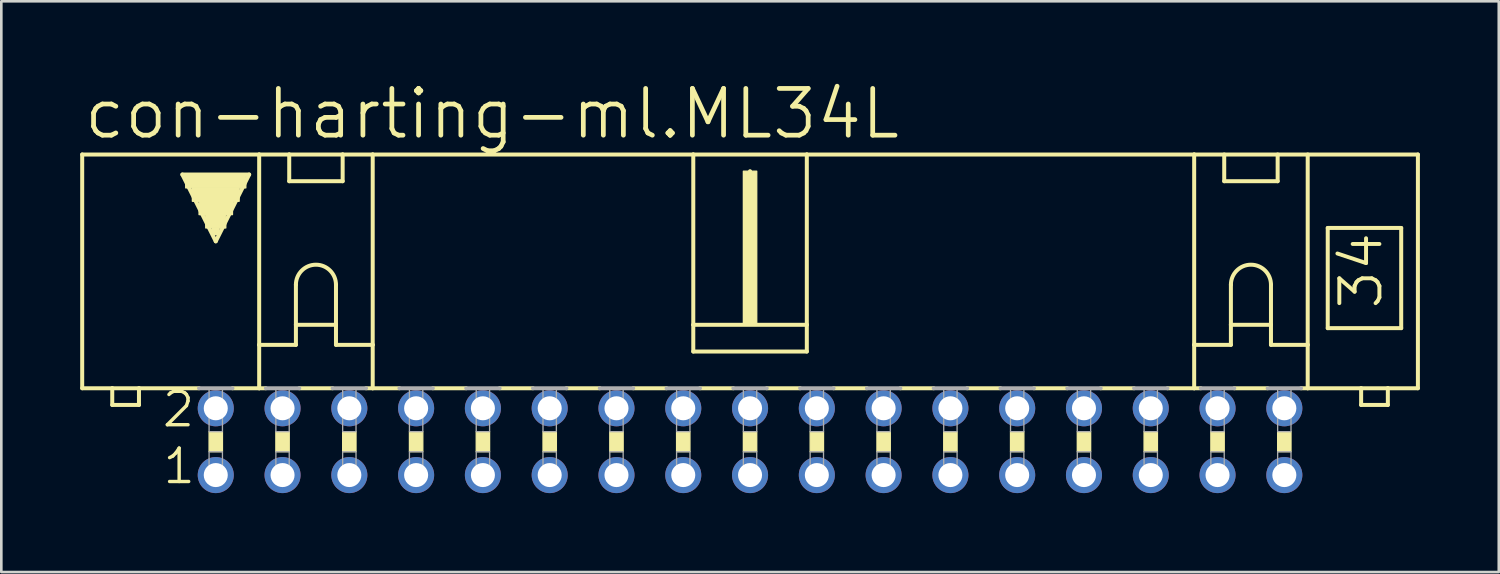
<source format=kicad_pcb>
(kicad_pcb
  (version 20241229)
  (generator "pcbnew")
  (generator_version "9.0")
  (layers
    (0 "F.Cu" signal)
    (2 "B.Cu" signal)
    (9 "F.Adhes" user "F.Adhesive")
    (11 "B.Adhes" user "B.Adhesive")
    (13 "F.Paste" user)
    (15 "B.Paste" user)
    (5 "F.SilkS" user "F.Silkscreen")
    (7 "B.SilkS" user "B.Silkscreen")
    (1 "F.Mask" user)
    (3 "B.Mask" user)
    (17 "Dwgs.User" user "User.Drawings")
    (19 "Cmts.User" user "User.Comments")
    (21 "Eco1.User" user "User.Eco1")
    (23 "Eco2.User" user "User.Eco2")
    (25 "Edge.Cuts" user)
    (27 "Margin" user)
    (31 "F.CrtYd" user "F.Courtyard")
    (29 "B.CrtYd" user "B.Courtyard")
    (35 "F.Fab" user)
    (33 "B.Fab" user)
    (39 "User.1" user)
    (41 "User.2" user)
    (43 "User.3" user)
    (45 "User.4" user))
  (footprint "con-harting-ml.ML34L"
    (layer "F.Cu")
    (at 25.476 13.748)
    (property "Reference" "con-harting-ml.ML34L" (at -25.425 -11.43 0) (layer "F.SilkS") (effects (font (size 1.778 1.778) (thickness 0.18)) (justify left bottom)))
    (attr through_hole)
    (fp_line (start -25.4 -2.032) (end -25.4 -10.922) (stroke (width 0.152) (type default)) (layer "F.SilkS"))
    (fp_line (start -25.4 -2.032) (end -24.257 -2.032) (stroke (width 0.152) (type default)) (layer "F.SilkS"))
    (fp_line (start -24.257 -2.032) (end -24.257 -1.397) (stroke (width 0.152) (type default)) (layer "F.SilkS"))
    (fp_line (start -24.257 -2.032) (end -23.241 -2.032) (stroke (width 0.152) (type default)) (layer "F.SilkS"))
    (fp_line (start -23.241 -2.032) (end -20.955 -2.032) (stroke (width 0.152) (type default)) (layer "F.SilkS"))
    (fp_line (start -23.241 -1.397) (end -24.257 -1.397) (stroke (width 0.152) (type default)) (layer "F.SilkS"))
    (fp_line (start -23.241 -1.397) (end -23.241 -2.032) (stroke (width 0.152) (type default)) (layer "F.SilkS"))
    (fp_line (start -21.59 -10.16) (end -19.05 -10.16) (stroke (width 0.152) (type default)) (layer "F.SilkS"))
    (fp_line (start -20.32 -7.62) (end -21.59 -10.16) (stroke (width 0.152) (type default)) (layer "F.SilkS"))
    (fp_line (start -19.685 -2.032) (end -18.669 -2.032) (stroke (width 0.152) (type default)) (layer "F.SilkS"))
    (fp_line (start -19.05 -10.16) (end -20.32 -7.62) (stroke (width 0.152) (type default)) (layer "F.SilkS"))
    (fp_line (start -18.669 -10.922) (end -25.4 -10.922) (stroke (width 0.152) (type default)) (layer "F.SilkS"))
    (fp_line (start -18.669 -10.922) (end -17.526 -10.922) (stroke (width 0.152) (type default)) (layer "F.SilkS"))
    (fp_line (start -18.669 -3.683) (end -18.669 -10.922) (stroke (width 0.152) (type default)) (layer "F.SilkS"))
    (fp_line (start -18.669 -3.683) (end -18.669 -2.032) (stroke (width 0.152) (type default)) (layer "F.SilkS"))
    (fp_line (start -18.669 -3.683) (end -17.272 -3.683) (stroke (width 0.152) (type default)) (layer "F.SilkS"))
    (fp_line (start -18.669 -2.032) (end -18.415 -2.032) (stroke (width 0.152) (type default)) (layer "F.SilkS"))
    (fp_line (start -17.526 -10.922) (end -15.494 -10.922) (stroke (width 0.152) (type default)) (layer "F.SilkS"))
    (fp_line (start -17.526 -9.906) (end -17.526 -10.922) (stroke (width 0.152) (type default)) (layer "F.SilkS"))
    (fp_line (start -17.526 -9.906) (end -15.494 -9.906) (stroke (width 0.152) (type default)) (layer "F.SilkS"))
    (fp_line (start -17.272 -5.969) (end -17.272 -4.445) (stroke (width 0.152) (type default)) (layer "F.SilkS"))
    (fp_line (start -17.272 -4.445) (end -17.272 -3.683) (stroke (width 0.152) (type default)) (layer "F.SilkS"))
    (fp_line (start -17.272 -4.445) (end -15.748 -4.445) (stroke (width 0.152) (type default)) (layer "F.SilkS"))
    (fp_line (start -17.145 -2.032) (end -15.875 -2.032) (stroke (width 0.152) (type default)) (layer "F.SilkS"))
    (fp_line (start -15.748 -5.969) (end -15.748 -4.445) (stroke (width 0.152) (type default)) (layer "F.SilkS"))
    (fp_line (start -15.748 -4.445) (end -15.748 -3.683) (stroke (width 0.152) (type default)) (layer "F.SilkS"))
    (fp_line (start -15.748 -3.683) (end -14.351 -3.683) (stroke (width 0.152) (type default)) (layer "F.SilkS"))
    (fp_line (start -15.494 -10.922) (end -15.494 -9.906) (stroke (width 0.152) (type default)) (layer "F.SilkS"))
    (fp_line (start -15.494 -10.922) (end -14.351 -10.922) (stroke (width 0.152) (type default)) (layer "F.SilkS"))
    (fp_line (start -14.351 -10.922) (end -2.159 -10.922) (stroke (width 0.152) (type default)) (layer "F.SilkS"))
    (fp_line (start -14.351 -3.683) (end -14.351 -10.922) (stroke (width 0.152) (type default)) (layer "F.SilkS"))
    (fp_line (start -14.351 -3.683) (end -14.351 -2.032) (stroke (width 0.152) (type default)) (layer "F.SilkS"))
    (fp_line (start -14.351 -2.032) (end -14.605 -2.032) (stroke (width 0.152) (type default)) (layer "F.SilkS"))
    (fp_line (start -14.351 -2.032) (end -13.335 -2.032) (stroke (width 0.152) (type default)) (layer "F.SilkS"))
    (fp_line (start -12.065 -2.032) (end -10.795 -2.032) (stroke (width 0.152) (type default)) (layer "F.SilkS"))
    (fp_line (start -9.525 -2.032) (end -8.255 -2.032) (stroke (width 0.152) (type default)) (layer "F.SilkS"))
    (fp_line (start -6.985 -2.032) (end -5.715 -2.032) (stroke (width 0.152) (type default)) (layer "F.SilkS"))
    (fp_line (start -4.445 -2.032) (end -3.175 -2.032) (stroke (width 0.152) (type default)) (layer "F.SilkS"))
    (fp_line (start -2.159 -10.922) (end -2.159 -4.445) (stroke (width 0.152) (type default)) (layer "F.SilkS"))
    (fp_line (start -2.159 -10.922) (end 2.159 -10.922) (stroke (width 0.152) (type default)) (layer "F.SilkS"))
    (fp_line (start -2.159 -4.445) (end -2.159 -3.429) (stroke (width 0.152) (type default)) (layer "F.SilkS"))
    (fp_line (start -1.905 -2.032) (end -0.635 -2.032) (stroke (width 0.152) (type default)) (layer "F.SilkS"))
    (fp_line (start 0 -10.033) (end 0 -10.287) (stroke (width 0.152) (type default)) (layer "F.SilkS"))
    (fp_line (start 0.635 -2.032) (end 1.905 -2.032) (stroke (width 0.152) (type default)) (layer "F.SilkS"))
    (fp_line (start 2.159 -10.922) (end 2.159 -4.445) (stroke (width 0.152) (type default)) (layer "F.SilkS"))
    (fp_line (start 2.159 -10.922) (end 16.891 -10.922) (stroke (width 0.152) (type default)) (layer "F.SilkS"))
    (fp_line (start 2.159 -4.445) (end -2.159 -4.445) (stroke (width 0.152) (type default)) (layer "F.SilkS"))
    (fp_line (start 2.159 -4.445) (end 2.159 -3.429) (stroke (width 0.152) (type default)) (layer "F.SilkS"))
    (fp_line (start 2.159 -3.429) (end -2.159 -3.429) (stroke (width 0.152) (type default)) (layer "F.SilkS"))
    (fp_line (start 3.175 -2.032) (end 4.445 -2.032) (stroke (width 0.152) (type default)) (layer "F.SilkS"))
    (fp_line (start 5.715 -2.032) (end 6.985 -2.032) (stroke (width 0.152) (type default)) (layer "F.SilkS"))
    (fp_line (start 8.255 -2.032) (end 9.525 -2.032) (stroke (width 0.152) (type default)) (layer "F.SilkS"))
    (fp_line (start 10.795 -2.032) (end 12.065 -2.032) (stroke (width 0.152) (type default)) (layer "F.SilkS"))
    (fp_line (start 13.335 -2.032) (end 14.605 -2.032) (stroke (width 0.152) (type default)) (layer "F.SilkS"))
    (fp_line (start 15.875 -2.032) (end 16.891 -2.032) (stroke (width 0.152) (type default)) (layer "F.SilkS"))
    (fp_line (start 16.891 -10.922) (end 25.4 -10.922) (stroke (width 0.152) (type default)) (layer "F.SilkS"))
    (fp_line (start 16.891 -3.683) (end 16.891 -10.922) (stroke (width 0.152) (type default)) (layer "F.SilkS"))
    (fp_line (start 16.891 -3.683) (end 16.891 -2.032) (stroke (width 0.152) (type default)) (layer "F.SilkS"))
    (fp_line (start 16.891 -3.683) (end 18.288 -3.683) (stroke (width 0.152) (type default)) (layer "F.SilkS"))
    (fp_line (start 16.891 -2.032) (end 17.145 -2.032) (stroke (width 0.152) (type default)) (layer "F.SilkS"))
    (fp_line (start 18.034 -9.906) (end 18.034 -10.922) (stroke (width 0.152) (type default)) (layer "F.SilkS"))
    (fp_line (start 18.034 -9.906) (end 20.066 -9.906) (stroke (width 0.152) (type default)) (layer "F.SilkS"))
    (fp_line (start 18.288 -5.969) (end 18.288 -4.445) (stroke (width 0.152) (type default)) (layer "F.SilkS"))
    (fp_line (start 18.288 -4.445) (end 18.288 -3.683) (stroke (width 0.152) (type default)) (layer "F.SilkS"))
    (fp_line (start 18.288 -4.445) (end 19.812 -4.445) (stroke (width 0.152) (type default)) (layer "F.SilkS"))
    (fp_line (start 18.415 -2.032) (end 19.685 -2.032) (stroke (width 0.152) (type default)) (layer "F.SilkS"))
    (fp_line (start 19.812 -5.969) (end 19.812 -4.445) (stroke (width 0.152) (type default)) (layer "F.SilkS"))
    (fp_line (start 19.812 -4.445) (end 19.812 -3.683) (stroke (width 0.152) (type default)) (layer "F.SilkS"))
    (fp_line (start 19.812 -3.683) (end 21.209 -3.683) (stroke (width 0.152) (type default)) (layer "F.SilkS"))
    (fp_line (start 20.066 -10.922) (end 20.066 -9.906) (stroke (width 0.152) (type default)) (layer "F.SilkS"))
    (fp_line (start 21.209 -3.683) (end 21.209 -10.922) (stroke (width 0.152) (type default)) (layer "F.SilkS"))
    (fp_line (start 21.209 -3.683) (end 21.209 -2.032) (stroke (width 0.152) (type default)) (layer "F.SilkS"))
    (fp_line (start 21.209 -2.032) (end 20.955 -2.032) (stroke (width 0.152) (type default)) (layer "F.SilkS"))
    (fp_line (start 21.971 -8.128) (end 21.971 -4.318) (stroke (width 0.152) (type default)) (layer "F.SilkS"))
    (fp_line (start 21.971 -8.128) (end 24.765 -8.128) (stroke (width 0.152) (type default)) (layer "F.SilkS"))
    (fp_line (start 21.971 -4.318) (end 24.765 -4.318) (stroke (width 0.152) (type default)) (layer "F.SilkS"))
    (fp_line (start 23.241 -2.032) (end 21.209 -2.032) (stroke (width 0.152) (type default)) (layer "F.SilkS"))
    (fp_line (start 23.241 -2.032) (end 23.241 -1.397) (stroke (width 0.152) (type default)) (layer "F.SilkS"))
    (fp_line (start 24.257 -2.032) (end 23.241 -2.032) (stroke (width 0.152) (type default)) (layer "F.SilkS"))
    (fp_line (start 24.257 -1.397) (end 23.241 -1.397) (stroke (width 0.152) (type default)) (layer "F.SilkS"))
    (fp_line (start 24.257 -1.397) (end 24.257 -2.032) (stroke (width 0.152) (type default)) (layer "F.SilkS"))
    (fp_line (start 24.765 -4.318) (end 24.765 -8.128) (stroke (width 0.152) (type default)) (layer "F.SilkS"))
    (fp_line (start 25.4 -2.032) (end 24.257 -2.032) (stroke (width 0.152) (type default)) (layer "F.SilkS"))
    (fp_line (start 25.4 -2.032) (end 25.4 -10.922) (stroke (width 0.152) (type default)) (layer "F.SilkS"))
    (fp_rect (start -21.463 -9.652) (end -19.177 -10.16) (stroke (width 0.05) (type default)) (fill yes) (layer "F.SilkS"))
    (fp_rect (start -21.209 -9.144) (end -19.431 -9.652) (stroke (width 0.05) (type default)) (fill yes) (layer "F.SilkS"))
    (fp_rect (start -20.955 -8.636) (end -19.685 -9.144) (stroke (width 0.05) (type default)) (fill yes) (layer "F.SilkS"))
    (fp_rect (start -20.701 -8.128) (end -19.939 -8.636) (stroke (width 0.05) (type default)) (fill yes) (layer "F.SilkS"))
    (fp_rect (start -20.574 0.381) (end -20.066 -0.381) (stroke (width 0.05) (type default)) (fill yes) (layer "F.SilkS"))
    (fp_rect (start -20.447 -7.874) (end -20.193 -8.128) (stroke (width 0.05) (type default)) (fill yes) (layer "F.SilkS"))
    (fp_rect (start -18.034 0.381) (end -17.526 -0.381) (stroke (width 0.05) (type default)) (fill yes) (layer "F.SilkS"))
    (fp_rect (start -15.494 0.381) (end -14.986 -0.381) (stroke (width 0.05) (type default)) (fill yes) (layer "F.SilkS"))
    (fp_rect (start -12.954 0.381) (end -12.446 -0.381) (stroke (width 0.05) (type default)) (fill yes) (layer "F.SilkS"))
    (fp_rect (start -10.414 0.381) (end -9.906 -0.381) (stroke (width 0.05) (type default)) (fill yes) (layer "F.SilkS"))
    (fp_rect (start -7.874 0.381) (end -7.366 -0.381) (stroke (width 0.05) (type default)) (fill yes) (layer "F.SilkS"))
    (fp_rect (start -5.334 0.381) (end -4.826 -0.381) (stroke (width 0.05) (type default)) (fill yes) (layer "F.SilkS"))
    (fp_rect (start -2.794 0.381) (end -2.286 -0.381) (stroke (width 0.05) (type default)) (fill yes) (layer "F.SilkS"))
    (fp_rect (start -0.254 -4.445) (end 0.254 -10.287) (stroke (width 0.05) (type default)) (fill yes) (layer "F.SilkS"))
    (fp_rect (start -0.254 0.381) (end 0.254 -0.381) (stroke (width 0.05) (type default)) (fill yes) (layer "F.SilkS"))
    (fp_rect (start 2.286 0.381) (end 2.794 -0.381) (stroke (width 0.05) (type default)) (fill yes) (layer "F.SilkS"))
    (fp_rect (start 4.826 0.381) (end 5.334 -0.381) (stroke (width 0.05) (type default)) (fill yes) (layer "F.SilkS"))
    (fp_rect (start 7.366 0.381) (end 7.874 -0.381) (stroke (width 0.05) (type default)) (fill yes) (layer "F.SilkS"))
    (fp_rect (start 9.906 0.381) (end 10.414 -0.381) (stroke (width 0.05) (type default)) (fill yes) (layer "F.SilkS"))
    (fp_rect (start 12.446 0.381) (end 12.954 -0.381) (stroke (width 0.05) (type default)) (fill yes) (layer "F.SilkS"))
    (fp_rect (start 14.986 0.381) (end 15.494 -0.381) (stroke (width 0.05) (type default)) (fill yes) (layer "F.SilkS"))
    (fp_rect (start 17.526 0.381) (end 18.034 -0.381) (stroke (width 0.05) (type default)) (fill yes) (layer "F.SilkS"))
    (fp_rect (start 20.066 0.381) (end 20.574 -0.381) (stroke (width 0.05) (type default)) (fill yes) (layer "F.SilkS"))
    (fp_arc (start -17.272 -5.969) (mid -16.51 -6.731) (end -15.748 -5.969) (stroke (width 0.1524) (type default)) (layer "F.SilkS"))
    (fp_arc (start 18.288 -5.969) (mid 19.05 -6.731) (end 19.812 -5.969) (stroke (width 0.1524) (type default)) (layer "F.SilkS"))
    (fp_line (start -20.955 -2.032) (end -19.685 -2.032) (stroke (width 0.152) (type default)) (layer "F.Fab"))
    (fp_line (start -18.415 -2.032) (end -17.145 -2.032) (stroke (width 0.152) (type default)) (layer "F.Fab"))
    (fp_line (start -15.875 -2.032) (end -14.605 -2.032) (stroke (width 0.152) (type default)) (layer "F.Fab"))
    (fp_line (start -13.335 -2.032) (end -12.065 -2.032) (stroke (width 0.152) (type default)) (layer "F.Fab"))
    (fp_line (start -10.795 -2.032) (end -9.525 -2.032) (stroke (width 0.152) (type default)) (layer "F.Fab"))
    (fp_line (start -8.255 -2.032) (end -6.985 -2.032) (stroke (width 0.152) (type default)) (layer "F.Fab"))
    (fp_line (start -5.715 -2.032) (end -4.445 -2.032) (stroke (width 0.152) (type default)) (layer "F.Fab"))
    (fp_line (start -3.175 -2.032) (end -1.905 -2.032) (stroke (width 0.152) (type default)) (layer "F.Fab"))
    (fp_line (start -0.635 -2.032) (end 0.635 -2.032) (stroke (width 0.152) (type default)) (layer "F.Fab"))
    (fp_line (start 1.905 -2.032) (end 3.175 -2.032) (stroke (width 0.152) (type default)) (layer "F.Fab"))
    (fp_line (start 4.445 -2.032) (end 5.715 -2.032) (stroke (width 0.152) (type default)) (layer "F.Fab"))
    (fp_line (start 6.985 -2.032) (end 8.255 -2.032) (stroke (width 0.152) (type default)) (layer "F.Fab"))
    (fp_line (start 9.525 -2.032) (end 10.795 -2.032) (stroke (width 0.152) (type default)) (layer "F.Fab"))
    (fp_line (start 12.065 -2.032) (end 13.335 -2.032) (stroke (width 0.152) (type default)) (layer "F.Fab"))
    (fp_line (start 15.875 -2.032) (end 14.605 -2.032) (stroke (width 0.152) (type default)) (layer "F.Fab"))
    (fp_line (start 18.415 -2.032) (end 17.145 -2.032) (stroke (width 0.152) (type default)) (layer "F.Fab"))
    (fp_line (start 20.955 -2.032) (end 19.685 -2.032) (stroke (width 0.152) (type default)) (layer "F.Fab"))
    (fp_rect (start -20.574 -0.381) (end -20.066 -2.032) (stroke (width 0.05) (type default)) (fill no) (layer "F.Fab"))
    (fp_rect (start -20.574 1.524) (end -20.066 0.381) (stroke (width 0.05) (type default)) (fill no) (layer "F.Fab"))
    (fp_rect (start -18.034 -0.381) (end -17.526 -2.032) (stroke (width 0.05) (type default)) (fill no) (layer "F.Fab"))
    (fp_rect (start -18.034 1.524) (end -17.526 0.381) (stroke (width 0.05) (type default)) (fill no) (layer "F.Fab"))
    (fp_rect (start -15.494 -0.381) (end -14.986 -2.032) (stroke (width 0.05) (type default)) (fill no) (layer "F.Fab"))
    (fp_rect (start -15.494 1.524) (end -14.986 0.381) (stroke (width 0.05) (type default)) (fill no) (layer "F.Fab"))
    (fp_rect (start -12.954 -0.381) (end -12.446 -2.032) (stroke (width 0.05) (type default)) (fill no) (layer "F.Fab"))
    (fp_rect (start -12.954 1.524) (end -12.446 0.381) (stroke (width 0.05) (type default)) (fill no) (layer "F.Fab"))
    (fp_rect (start -10.414 -0.381) (end -9.906 -2.032) (stroke (width 0.05) (type default)) (fill no) (layer "F.Fab"))
    (fp_rect (start -10.414 1.524) (end -9.906 0.381) (stroke (width 0.05) (type default)) (fill no) (layer "F.Fab"))
    (fp_rect (start -7.874 -0.381) (end -7.366 -2.032) (stroke (width 0.05) (type default)) (fill no) (layer "F.Fab"))
    (fp_rect (start -7.874 1.524) (end -7.366 0.381) (stroke (width 0.05) (type default)) (fill no) (layer "F.Fab"))
    (fp_rect (start -5.334 -0.381) (end -4.826 -2.032) (stroke (width 0.05) (type default)) (fill no) (layer "F.Fab"))
    (fp_rect (start -5.334 1.524) (end -4.826 0.381) (stroke (width 0.05) (type default)) (fill no) (layer "F.Fab"))
    (fp_rect (start -2.794 -0.381) (end -2.286 -2.032) (stroke (width 0.05) (type default)) (fill no) (layer "F.Fab"))
    (fp_rect (start -2.794 1.524) (end -2.286 0.381) (stroke (width 0.05) (type default)) (fill no) (layer "F.Fab"))
    (fp_rect (start -0.254 -0.381) (end 0.254 -2.032) (stroke (width 0.05) (type default)) (fill no) (layer "F.Fab"))
    (fp_rect (start -0.254 1.524) (end 0.254 0.381) (stroke (width 0.05) (type default)) (fill no) (layer "F.Fab"))
    (fp_rect (start 2.286 -0.381) (end 2.794 -2.032) (stroke (width 0.05) (type default)) (fill no) (layer "F.Fab"))
    (fp_rect (start 2.286 1.524) (end 2.794 0.381) (stroke (width 0.05) (type default)) (fill no) (layer "F.Fab"))
    (fp_rect (start 4.826 -0.381) (end 5.334 -2.032) (stroke (width 0.05) (type default)) (fill no) (layer "F.Fab"))
    (fp_rect (start 4.826 1.524) (end 5.334 0.381) (stroke (width 0.05) (type default)) (fill no) (layer "F.Fab"))
    (fp_rect (start 7.366 -0.381) (end 7.874 -2.032) (stroke (width 0.05) (type default)) (fill no) (layer "F.Fab"))
    (fp_rect (start 7.366 1.524) (end 7.874 0.381) (stroke (width 0.05) (type default)) (fill no) (layer "F.Fab"))
    (fp_rect (start 9.906 -0.381) (end 10.414 -2.032) (stroke (width 0.05) (type default)) (fill no) (layer "F.Fab"))
    (fp_rect (start 9.906 1.524) (end 10.414 0.381) (stroke (width 0.05) (type default)) (fill no) (layer "F.Fab"))
    (fp_rect (start 12.446 -0.381) (end 12.954 -2.032) (stroke (width 0.05) (type default)) (fill no) (layer "F.Fab"))
    (fp_rect (start 12.446 1.524) (end 12.954 0.381) (stroke (width 0.05) (type default)) (fill no) (layer "F.Fab"))
    (fp_rect (start 14.986 -0.381) (end 15.494 -2.032) (stroke (width 0.05) (type default)) (fill no) (layer "F.Fab"))
    (fp_rect (start 14.986 1.524) (end 15.494 0.381) (stroke (width 0.05) (type default)) (fill no) (layer "F.Fab"))
    (fp_rect (start 17.526 -0.381) (end 18.034 -2.032) (stroke (width 0.05) (type default)) (fill no) (layer "F.Fab"))
    (fp_rect (start 17.526 1.524) (end 18.034 0.381) (stroke (width 0.05) (type default)) (fill no) (layer "F.Fab"))
    (fp_rect (start 20.066 -0.381) (end 20.574 -2.032) (stroke (width 0.05) (type default)) (fill no) (layer "F.Fab"))
    (fp_rect (start 20.066 1.524) (end 20.574 0.381) (stroke (width 0.05) (type default)) (fill no) (layer "F.Fab"))
    (fp_text user "2" (at -22.428 -0.483 0) (layer "F.SilkS") (effects (font (size 1.27 1.27) (thickness 0.13)) (justify left bottom)))
    (fp_text user "34" (at 24.13 -4.953 90) (layer "F.SilkS") (effects (font (size 1.524 1.524) (thickness 0.15)) (justify left bottom)))
    (fp_text user "1" (at -22.403 1.676 0) (layer "F.SilkS") (effects (font (size 1.27 1.27) (thickness 0.13)) (justify left bottom)))
    (pad "1" thru_hole circle (at -20.32 1.27) (size 1.372 1.372) (drill 0.914) (layers "*.Cu" "*.Mask"))
    (pad "2" thru_hole circle (at -20.32 -1.27) (size 1.372 1.372) (drill 0.914) (layers "*.Cu" "*.Mask"))
    (pad "3" thru_hole circle (at -17.78 1.27) (size 1.372 1.372) (drill 0.914) (layers "*.Cu" "*.Mask"))
    (pad "4" thru_hole circle (at -17.78 -1.27) (size 1.372 1.372) (drill 0.914) (layers "*.Cu" "*.Mask"))
    (pad "5" thru_hole circle (at -15.24 1.27) (size 1.372 1.372) (drill 0.914) (layers "*.Cu" "*.Mask"))
    (pad "6" thru_hole circle (at -15.24 -1.27) (size 1.372 1.372) (drill 0.914) (layers "*.Cu" "*.Mask"))
    (pad "7" thru_hole circle (at -12.7 1.27) (size 1.372 1.372) (drill 0.914) (layers "*.Cu" "*.Mask"))
    (pad "8" thru_hole circle (at -12.7 -1.27) (size 1.372 1.372) (drill 0.914) (layers "*.Cu" "*.Mask"))
    (pad "9" thru_hole circle (at -10.16 1.27) (size 1.372 1.372) (drill 0.914) (layers "*.Cu" "*.Mask"))
    (pad "10" thru_hole circle (at -10.16 -1.27) (size 1.372 1.372) (drill 0.914) (layers "*.Cu" "*.Mask"))
    (pad "11" thru_hole circle (at -7.62 1.27) (size 1.372 1.372) (drill 0.914) (layers "*.Cu" "*.Mask"))
    (pad "12" thru_hole circle (at -7.62 -1.27) (size 1.372 1.372) (drill 0.914) (layers "*.Cu" "*.Mask"))
    (pad "13" thru_hole circle (at -5.08 1.27) (size 1.372 1.372) (drill 0.914) (layers "*.Cu" "*.Mask"))
    (pad "14" thru_hole circle (at -5.08 -1.27) (size 1.372 1.372) (drill 0.914) (layers "*.Cu" "*.Mask"))
    (pad "15" thru_hole circle (at -2.54 1.27) (size 1.372 1.372) (drill 0.914) (layers "*.Cu" "*.Mask"))
    (pad "16" thru_hole circle (at -2.54 -1.27) (size 1.372 1.372) (drill 0.914) (layers "*.Cu" "*.Mask"))
    (pad "17" thru_hole circle (at 0 1.27) (size 1.372 1.372) (drill 0.914) (layers "*.Cu" "*.Mask"))
    (pad "18" thru_hole circle (at 0 -1.27) (size 1.372 1.372) (drill 0.914) (layers "*.Cu" "*.Mask"))
    (pad "19" thru_hole circle (at 2.54 1.27) (size 1.372 1.372) (drill 0.914) (layers "*.Cu" "*.Mask"))
    (pad "20" thru_hole circle (at 2.54 -1.27) (size 1.372 1.372) (drill 0.914) (layers "*.Cu" "*.Mask"))
    (pad "21" thru_hole circle (at 5.08 1.27) (size 1.372 1.372) (drill 0.914) (layers "*.Cu" "*.Mask"))
    (pad "22" thru_hole circle (at 5.08 -1.27) (size 1.372 1.372) (drill 0.914) (layers "*.Cu" "*.Mask"))
    (pad "23" thru_hole circle (at 7.62 1.27) (size 1.372 1.372) (drill 0.914) (layers "*.Cu" "*.Mask"))
    (pad "24" thru_hole circle (at 7.62 -1.27) (size 1.372 1.372) (drill 0.914) (layers "*.Cu" "*.Mask"))
    (pad "25" thru_hole circle (at 10.16 1.27) (size 1.372 1.372) (drill 0.914) (layers "*.Cu" "*.Mask"))
    (pad "26" thru_hole circle (at 10.16 -1.27) (size 1.372 1.372) (drill 0.914) (layers "*.Cu" "*.Mask"))
    (pad "27" thru_hole circle (at 12.7 1.27) (size 1.372 1.372) (drill 0.914) (layers "*.Cu" "*.Mask"))
    (pad "28" thru_hole circle (at 12.7 -1.27) (size 1.372 1.372) (drill 0.914) (layers "*.Cu" "*.Mask"))
    (pad "29" thru_hole circle (at 15.24 1.27) (size 1.372 1.372) (drill 0.914) (layers "*.Cu" "*.Mask"))
    (pad "30" thru_hole circle (at 15.24 -1.27) (size 1.372 1.372) (drill 0.914) (layers "*.Cu" "*.Mask"))
    (pad "31" thru_hole circle (at 17.78 1.27) (size 1.372 1.372) (drill 0.914) (layers "*.Cu" "*.Mask"))
    (pad "32" thru_hole circle (at 17.78 -1.27) (size 1.372 1.372) (drill 0.914) (layers "*.Cu" "*.Mask"))
    (pad "33" thru_hole circle (at 20.32 1.27) (size 1.372 1.372) (drill 0.914) (layers "*.Cu" "*.Mask"))
    (pad "34" thru_hole circle (at 20.32 -1.27) (size 1.372 1.372) (drill 0.914) (layers "*.Cu" "*.Mask")))
  (gr_rect
    (start -3 -3)
    (end 53.952 18.707)
    (stroke (width 0.1) (type default))
    (fill no)
    (layer "Edge.Cuts")))
</source>
